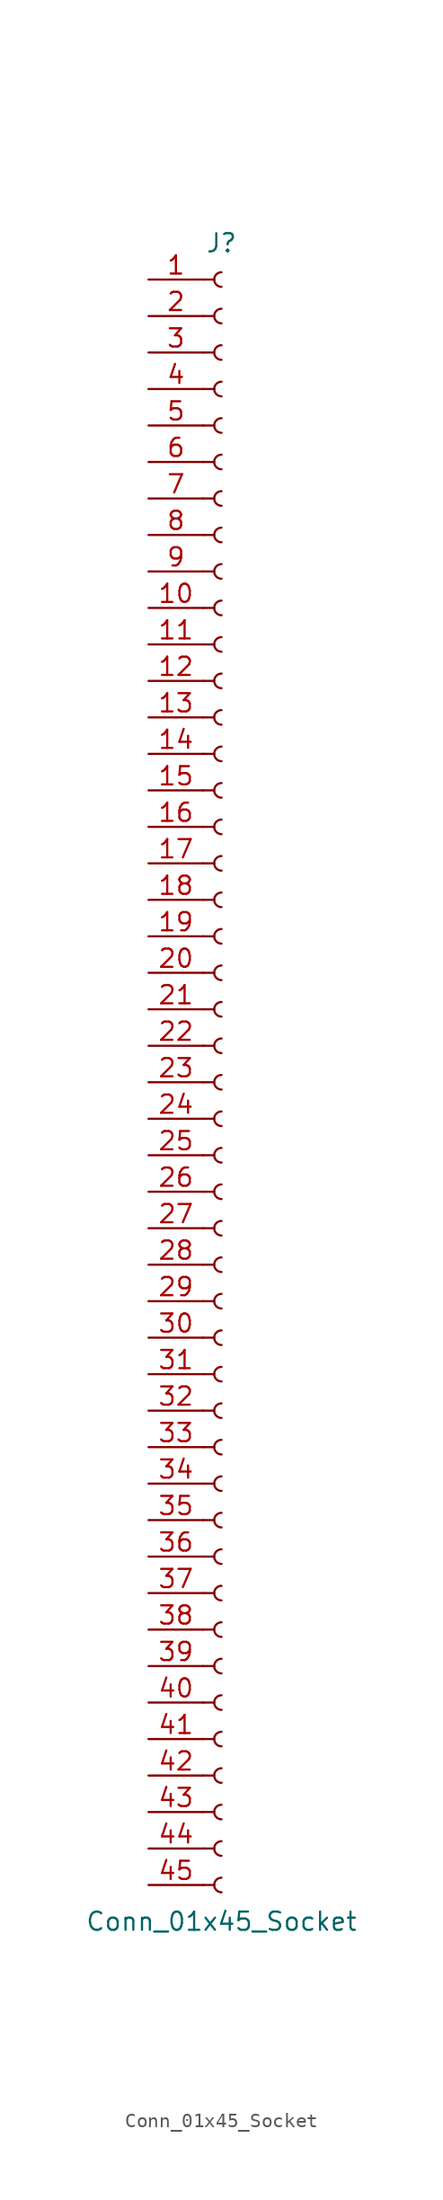
<source format=kicad_sym>
(kicad_symbol_lib
  (version 20241209)
  (generator "kicad_symbol_editor")
  (generator_version "9.0")
  (symbol "Conn_01x45_Socket"
    (pin_names
      (offset 1.016)
      (hide yes))
    (property "Reference" "J"
      (at 0 58.42 0)
      (effects (font (size 1.27 1.27))))
    (property "Value" "Conn_01x45_Socket"
      (at 0 -58.42 0)
      (effects (font (size 1.27 1.27))))
    (property "ki_locked" ""
      (at 0 0 0)
      (effects (font (size 1.27 1.27))))
    (symbol "Conn_01x45_Socket_1_1"
      (polyline (pts (xy -1.27 55.88) (xy -0.508 55.88)) (stroke (width 0.152) (type default)) (fill (type none)))
      (polyline (pts (xy -1.27 53.34) (xy -0.508 53.34)) (stroke (width 0.152) (type default)) (fill (type none)))
      (polyline (pts (xy -1.27 50.8) (xy -0.508 50.8)) (stroke (width 0.152) (type default)) (fill (type none)))
      (polyline (pts (xy -1.27 48.26) (xy -0.508 48.26)) (stroke (width 0.152) (type default)) (fill (type none)))
      (polyline (pts (xy -1.27 45.72) (xy -0.508 45.72)) (stroke (width 0.152) (type default)) (fill (type none)))
      (polyline (pts (xy -1.27 43.18) (xy -0.508 43.18)) (stroke (width 0.152) (type default)) (fill (type none)))
      (polyline (pts (xy -1.27 40.64) (xy -0.508 40.64)) (stroke (width 0.152) (type default)) (fill (type none)))
      (polyline (pts (xy -1.27 38.1) (xy -0.508 38.1)) (stroke (width 0.152) (type default)) (fill (type none)))
      (polyline (pts (xy -1.27 35.56) (xy -0.508 35.56)) (stroke (width 0.152) (type default)) (fill (type none)))
      (polyline (pts (xy -1.27 33.02) (xy -0.508 33.02)) (stroke (width 0.152) (type default)) (fill (type none)))
      (polyline (pts (xy -1.27 30.48) (xy -0.508 30.48)) (stroke (width 0.152) (type default)) (fill (type none)))
      (polyline (pts (xy -1.27 27.94) (xy -0.508 27.94)) (stroke (width 0.152) (type default)) (fill (type none)))
      (polyline (pts (xy -1.27 25.4) (xy -0.508 25.4)) (stroke (width 0.152) (type default)) (fill (type none)))
      (polyline (pts (xy -1.27 22.86) (xy -0.508 22.86)) (stroke (width 0.152) (type default)) (fill (type none)))
      (polyline (pts (xy -1.27 20.32) (xy -0.508 20.32)) (stroke (width 0.152) (type default)) (fill (type none)))
      (polyline (pts (xy -1.27 17.78) (xy -0.508 17.78)) (stroke (width 0.152) (type default)) (fill (type none)))
      (polyline (pts (xy -1.27 15.24) (xy -0.508 15.24)) (stroke (width 0.152) (type default)) (fill (type none)))
      (polyline (pts (xy -1.27 12.7) (xy -0.508 12.7)) (stroke (width 0.152) (type default)) (fill (type none)))
      (polyline (pts (xy -1.27 10.16) (xy -0.508 10.16)) (stroke (width 0.152) (type default)) (fill (type none)))
      (polyline (pts (xy -1.27 7.62) (xy -0.508 7.62)) (stroke (width 0.152) (type default)) (fill (type none)))
      (polyline (pts (xy -1.27 5.08) (xy -0.508 5.08)) (stroke (width 0.152) (type default)) (fill (type none)))
      (polyline (pts (xy -1.27 2.54) (xy -0.508 2.54)) (stroke (width 0.152) (type default)) (fill (type none)))
      (polyline (pts (xy -1.27 0) (xy -0.508 0)) (stroke (width 0.152) (type default)) (fill (type none)))
      (polyline (pts (xy -1.27 -2.54) (xy -0.508 -2.54)) (stroke (width 0.152) (type default)) (fill (type none)))
      (polyline (pts (xy -1.27 -5.08) (xy -0.508 -5.08)) (stroke (width 0.152) (type default)) (fill (type none)))
      (polyline (pts (xy -1.27 -7.62) (xy -0.508 -7.62)) (stroke (width 0.152) (type default)) (fill (type none)))
      (polyline (pts (xy -1.27 -10.16) (xy -0.508 -10.16)) (stroke (width 0.152) (type default)) (fill (type none)))
      (polyline (pts (xy -1.27 -12.7) (xy -0.508 -12.7)) (stroke (width 0.152) (type default)) (fill (type none)))
      (polyline (pts (xy -1.27 -15.24) (xy -0.508 -15.24)) (stroke (width 0.152) (type default)) (fill (type none)))
      (polyline (pts (xy -1.27 -17.78) (xy -0.508 -17.78)) (stroke (width 0.152) (type default)) (fill (type none)))
      (polyline (pts (xy -1.27 -20.32) (xy -0.508 -20.32)) (stroke (width 0.152) (type default)) (fill (type none)))
      (polyline (pts (xy -1.27 -22.86) (xy -0.508 -22.86)) (stroke (width 0.152) (type default)) (fill (type none)))
      (polyline (pts (xy -1.27 -25.4) (xy -0.508 -25.4)) (stroke (width 0.152) (type default)) (fill (type none)))
      (polyline (pts (xy -1.27 -27.94) (xy -0.508 -27.94)) (stroke (width 0.152) (type default)) (fill (type none)))
      (polyline (pts (xy -1.27 -30.48) (xy -0.508 -30.48)) (stroke (width 0.152) (type default)) (fill (type none)))
      (polyline (pts (xy -1.27 -33.02) (xy -0.508 -33.02)) (stroke (width 0.152) (type default)) (fill (type none)))
      (polyline (pts (xy -1.27 -35.56) (xy -0.508 -35.56)) (stroke (width 0.152) (type default)) (fill (type none)))
      (polyline (pts (xy -1.27 -38.1) (xy -0.508 -38.1)) (stroke (width 0.152) (type default)) (fill (type none)))
      (polyline (pts (xy -1.27 -40.64) (xy -0.508 -40.64)) (stroke (width 0.152) (type default)) (fill (type none)))
      (polyline (pts (xy -1.27 -43.18) (xy -0.508 -43.18)) (stroke (width 0.152) (type default)) (fill (type none)))
      (polyline (pts (xy -1.27 -45.72) (xy -0.508 -45.72)) (stroke (width 0.152) (type default)) (fill (type none)))
      (polyline (pts (xy -1.27 -48.26) (xy -0.508 -48.26)) (stroke (width 0.152) (type default)) (fill (type none)))
      (polyline (pts (xy -1.27 -50.8) (xy -0.508 -50.8)) (stroke (width 0.152) (type default)) (fill (type none)))
      (polyline (pts (xy -1.27 -53.34) (xy -0.508 -53.34)) (stroke (width 0.152) (type default)) (fill (type none)))
      (polyline (pts (xy -1.27 -55.88) (xy -0.508 -55.88)) (stroke (width 0.152) (type default)) (fill (type none)))
      (arc (start 0 55.372) (mid -0.5058 55.88) (end 0 56.388) (stroke (width 0.1524) (type default)) (fill (type none)))
      (arc (start 0 52.832) (mid -0.5058 53.34) (end 0 53.848) (stroke (width 0.1524) (type default)) (fill (type none)))
      (arc (start 0 50.292) (mid -0.5058 50.8) (end 0 51.308) (stroke (width 0.1524) (type default)) (fill (type none)))
      (arc (start 0 47.752) (mid -0.5058 48.26) (end 0 48.768) (stroke (width 0.1524) (type default)) (fill (type none)))
      (arc (start 0 45.212) (mid -0.5058 45.72) (end 0 46.228) (stroke (width 0.1524) (type default)) (fill (type none)))
      (arc (start 0 42.672) (mid -0.5058 43.18) (end 0 43.688) (stroke (width 0.1524) (type default)) (fill (type none)))
      (arc (start 0 40.132) (mid -0.5058 40.64) (end 0 41.148) (stroke (width 0.1524) (type default)) (fill (type none)))
      (arc (start 0 37.592) (mid -0.5058 38.1) (end 0 38.608) (stroke (width 0.1524) (type default)) (fill (type none)))
      (arc (start 0 35.052) (mid -0.5058 35.56) (end 0 36.068) (stroke (width 0.1524) (type default)) (fill (type none)))
      (arc (start 0 32.512) (mid -0.5058 33.02) (end 0 33.528) (stroke (width 0.1524) (type default)) (fill (type none)))
      (arc (start 0 29.972) (mid -0.5058 30.48) (end 0 30.988) (stroke (width 0.1524) (type default)) (fill (type none)))
      (arc (start 0 27.432) (mid -0.5058 27.94) (end 0 28.448) (stroke (width 0.1524) (type default)) (fill (type none)))
      (arc (start 0 24.892) (mid -0.5058 25.4) (end 0 25.908) (stroke (width 0.1524) (type default)) (fill (type none)))
      (arc (start 0 22.352) (mid -0.5058 22.86) (end 0 23.368) (stroke (width 0.1524) (type default)) (fill (type none)))
      (arc (start 0 19.812) (mid -0.5058 20.32) (end 0 20.828) (stroke (width 0.1524) (type default)) (fill (type none)))
      (arc (start 0 17.272) (mid -0.5058 17.78) (end 0 18.288) (stroke (width 0.1524) (type default)) (fill (type none)))
      (arc (start 0 14.732) (mid -0.5058 15.24) (end 0 15.748) (stroke (width 0.1524) (type default)) (fill (type none)))
      (arc (start 0 12.192) (mid -0.5058 12.7) (end 0 13.208) (stroke (width 0.1524) (type default)) (fill (type none)))
      (arc (start 0 9.652) (mid -0.5058 10.16) (end 0 10.668) (stroke (width 0.1524) (type default)) (fill (type none)))
      (arc (start 0 7.112) (mid -0.5058 7.62) (end 0 8.128) (stroke (width 0.1524) (type default)) (fill (type none)))
      (arc (start 0 4.572) (mid -0.5058 5.08) (end 0 5.588) (stroke (width 0.1524) (type default)) (fill (type none)))
      (arc (start 0 2.032) (mid -0.5058 2.54) (end 0 3.048) (stroke (width 0.1524) (type default)) (fill (type none)))
      (arc (start 0 -0.508) (mid -0.5058 0) (end 0 0.508) (stroke (width 0.1524) (type default)) (fill (type none)))
      (arc (start 0 -3.048) (mid -0.5058 -2.54) (end 0 -2.032) (stroke (width 0.1524) (type default)) (fill (type none)))
      (arc (start 0 -5.588) (mid -0.5058 -5.08) (end 0 -4.572) (stroke (width 0.1524) (type default)) (fill (type none)))
      (arc (start 0 -8.128) (mid -0.5058 -7.62) (end 0 -7.112) (stroke (width 0.1524) (type default)) (fill (type none)))
      (arc (start 0 -10.668) (mid -0.5058 -10.16) (end 0 -9.652) (stroke (width 0.1524) (type default)) (fill (type none)))
      (arc (start 0 -13.208) (mid -0.5058 -12.7) (end 0 -12.192) (stroke (width 0.1524) (type default)) (fill (type none)))
      (arc (start 0 -15.748) (mid -0.5058 -15.24) (end 0 -14.732) (stroke (width 0.1524) (type default)) (fill (type none)))
      (arc (start 0 -18.288) (mid -0.5058 -17.78) (end 0 -17.272) (stroke (width 0.1524) (type default)) (fill (type none)))
      (arc (start 0 -20.828) (mid -0.5058 -20.32) (end 0 -19.812) (stroke (width 0.1524) (type default)) (fill (type none)))
      (arc (start 0 -23.368) (mid -0.5058 -22.86) (end 0 -22.352) (stroke (width 0.1524) (type default)) (fill (type none)))
      (arc (start 0 -25.908) (mid -0.5058 -25.4) (end 0 -24.892) (stroke (width 0.1524) (type default)) (fill (type none)))
      (arc (start 0 -28.448) (mid -0.5058 -27.94) (end 0 -27.432) (stroke (width 0.1524) (type default)) (fill (type none)))
      (arc (start 0 -30.988) (mid -0.5058 -30.48) (end 0 -29.972) (stroke (width 0.1524) (type default)) (fill (type none)))
      (arc (start 0 -33.528) (mid -0.5058 -33.02) (end 0 -32.512) (stroke (width 0.1524) (type default)) (fill (type none)))
      (arc (start 0 -36.068) (mid -0.5058 -35.56) (end 0 -35.052) (stroke (width 0.1524) (type default)) (fill (type none)))
      (arc (start 0 -38.608) (mid -0.5058 -38.1) (end 0 -37.592) (stroke (width 0.1524) (type default)) (fill (type none)))
      (arc (start 0 -41.148) (mid -0.5058 -40.64) (end 0 -40.132) (stroke (width 0.1524) (type default)) (fill (type none)))
      (arc (start 0 -43.688) (mid -0.5058 -43.18) (end 0 -42.672) (stroke (width 0.1524) (type default)) (fill (type none)))
      (arc (start 0 -46.228) (mid -0.5058 -45.72) (end 0 -45.212) (stroke (width 0.1524) (type default)) (fill (type none)))
      (arc (start 0 -48.768) (mid -0.5058 -48.26) (end 0 -47.752) (stroke (width 0.1524) (type default)) (fill (type none)))
      (arc (start 0 -51.308) (mid -0.5058 -50.8) (end 0 -50.292) (stroke (width 0.1524) (type default)) (fill (type none)))
      (arc (start 0 -53.848) (mid -0.5058 -53.34) (end 0 -52.832) (stroke (width 0.1524) (type default)) (fill (type none)))
      (arc (start 0 -56.388) (mid -0.5058 -55.88) (end 0 -55.372) (stroke (width 0.1524) (type default)) (fill (type none)))
      (pin passive line (at -5.08 55.88 0) (length 3.81) (name "Pin_1" (effects (font (size 1.27 1.27)))) (number "1" (effects (font (size 1.27 1.27)))))
      (pin passive line (at -5.08 53.34 0) (length 3.81) (name "Pin_2" (effects (font (size 1.27 1.27)))) (number "2" (effects (font (size 1.27 1.27)))))
      (pin passive line (at -5.08 50.8 0) (length 3.81) (name "Pin_3" (effects (font (size 1.27 1.27)))) (number "3" (effects (font (size 1.27 1.27)))))
      (pin passive line (at -5.08 48.26 0) (length 3.81) (name "Pin_4" (effects (font (size 1.27 1.27)))) (number "4" (effects (font (size 1.27 1.27)))))
      (pin passive line (at -5.08 45.72 0) (length 3.81) (name "Pin_5" (effects (font (size 1.27 1.27)))) (number "5" (effects (font (size 1.27 1.27)))))
      (pin passive line (at -5.08 43.18 0) (length 3.81) (name "Pin_6" (effects (font (size 1.27 1.27)))) (number "6" (effects (font (size 1.27 1.27)))))
      (pin passive line (at -5.08 40.64 0) (length 3.81) (name "Pin_7" (effects (font (size 1.27 1.27)))) (number "7" (effects (font (size 1.27 1.27)))))
      (pin passive line (at -5.08 38.1 0) (length 3.81) (name "Pin_8" (effects (font (size 1.27 1.27)))) (number "8" (effects (font (size 1.27 1.27)))))
      (pin passive line (at -5.08 35.56 0) (length 3.81) (name "Pin_9" (effects (font (size 1.27 1.27)))) (number "9" (effects (font (size 1.27 1.27)))))
      (pin passive line (at -5.08 33.02 0) (length 3.81) (name "Pin_10" (effects (font (size 1.27 1.27)))) (number "10" (effects (font (size 1.27 1.27)))))
      (pin passive line (at -5.08 30.48 0) (length 3.81) (name "Pin_11" (effects (font (size 1.27 1.27)))) (number "11" (effects (font (size 1.27 1.27)))))
      (pin passive line (at -5.08 27.94 0) (length 3.81) (name "Pin_12" (effects (font (size 1.27 1.27)))) (number "12" (effects (font (size 1.27 1.27)))))
      (pin passive line (at -5.08 25.4 0) (length 3.81) (name "Pin_13" (effects (font (size 1.27 1.27)))) (number "13" (effects (font (size 1.27 1.27)))))
      (pin passive line (at -5.08 22.86 0) (length 3.81) (name "Pin_14" (effects (font (size 1.27 1.27)))) (number "14" (effects (font (size 1.27 1.27)))))
      (pin passive line (at -5.08 20.32 0) (length 3.81) (name "Pin_15" (effects (font (size 1.27 1.27)))) (number "15" (effects (font (size 1.27 1.27)))))
      (pin passive line (at -5.08 17.78 0) (length 3.81) (name "Pin_16" (effects (font (size 1.27 1.27)))) (number "16" (effects (font (size 1.27 1.27)))))
      (pin passive line (at -5.08 15.24 0) (length 3.81) (name "Pin_17" (effects (font (size 1.27 1.27)))) (number "17" (effects (font (size 1.27 1.27)))))
      (pin passive line (at -5.08 12.7 0) (length 3.81) (name "Pin_18" (effects (font (size 1.27 1.27)))) (number "18" (effects (font (size 1.27 1.27)))))
      (pin passive line (at -5.08 10.16 0) (length 3.81) (name "Pin_19" (effects (font (size 1.27 1.27)))) (number "19" (effects (font (size 1.27 1.27)))))
      (pin passive line (at -5.08 7.62 0) (length 3.81) (name "Pin_20" (effects (font (size 1.27 1.27)))) (number "20" (effects (font (size 1.27 1.27)))))
      (pin passive line (at -5.08 5.08 0) (length 3.81) (name "Pin_21" (effects (font (size 1.27 1.27)))) (number "21" (effects (font (size 1.27 1.27)))))
      (pin passive line (at -5.08 2.54 0) (length 3.81) (name "Pin_22" (effects (font (size 1.27 1.27)))) (number "22" (effects (font (size 1.27 1.27)))))
      (pin passive line (at -5.08 0 0) (length 3.81) (name "Pin_23" (effects (font (size 1.27 1.27)))) (number "23" (effects (font (size 1.27 1.27)))))
      (pin passive line (at -5.08 -2.54 0) (length 3.81) (name "Pin_24" (effects (font (size 1.27 1.27)))) (number "24" (effects (font (size 1.27 1.27)))))
      (pin passive line (at -5.08 -5.08 0) (length 3.81) (name "Pin_25" (effects (font (size 1.27 1.27)))) (number "25" (effects (font (size 1.27 1.27)))))
      (pin passive line (at -5.08 -7.62 0) (length 3.81) (name "Pin_26" (effects (font (size 1.27 1.27)))) (number "26" (effects (font (size 1.27 1.27)))))
      (pin passive line (at -5.08 -10.16 0) (length 3.81) (name "Pin_27" (effects (font (size 1.27 1.27)))) (number "27" (effects (font (size 1.27 1.27)))))
      (pin passive line (at -5.08 -12.7 0) (length 3.81) (name "Pin_28" (effects (font (size 1.27 1.27)))) (number "28" (effects (font (size 1.27 1.27)))))
      (pin passive line (at -5.08 -15.24 0) (length 3.81) (name "Pin_29" (effects (font (size 1.27 1.27)))) (number "29" (effects (font (size 1.27 1.27)))))
      (pin passive line (at -5.08 -17.78 0) (length 3.81) (name "Pin_30" (effects (font (size 1.27 1.27)))) (number "30" (effects (font (size 1.27 1.27)))))
      (pin passive line (at -5.08 -20.32 0) (length 3.81) (name "Pin_31" (effects (font (size 1.27 1.27)))) (number "31" (effects (font (size 1.27 1.27)))))
      (pin passive line (at -5.08 -22.86 0) (length 3.81) (name "Pin_32" (effects (font (size 1.27 1.27)))) (number "32" (effects (font (size 1.27 1.27)))))
      (pin passive line (at -5.08 -25.4 0) (length 3.81) (name "Pin_33" (effects (font (size 1.27 1.27)))) (number "33" (effects (font (size 1.27 1.27)))))
      (pin passive line (at -5.08 -27.94 0) (length 3.81) (name "Pin_34" (effects (font (size 1.27 1.27)))) (number "34" (effects (font (size 1.27 1.27)))))
      (pin passive line (at -5.08 -30.48 0) (length 3.81) (name "Pin_35" (effects (font (size 1.27 1.27)))) (number "35" (effects (font (size 1.27 1.27)))))
      (pin passive line (at -5.08 -33.02 0) (length 3.81) (name "Pin_36" (effects (font (size 1.27 1.27)))) (number "36" (effects (font (size 1.27 1.27)))))
      (pin passive line (at -5.08 -35.56 0) (length 3.81) (name "Pin_37" (effects (font (size 1.27 1.27)))) (number "37" (effects (font (size 1.27 1.27)))))
      (pin passive line (at -5.08 -38.1 0) (length 3.81) (name "Pin_38" (effects (font (size 1.27 1.27)))) (number "38" (effects (font (size 1.27 1.27)))))
      (pin passive line (at -5.08 -40.64 0) (length 3.81) (name "Pin_39" (effects (font (size 1.27 1.27)))) (number "39" (effects (font (size 1.27 1.27)))))
      (pin passive line (at -5.08 -43.18 0) (length 3.81) (name "Pin_40" (effects (font (size 1.27 1.27)))) (number "40" (effects (font (size 1.27 1.27)))))
      (pin passive line (at -5.08 -45.72 0) (length 3.81) (name "Pin_41" (effects (font (size 1.27 1.27)))) (number "41" (effects (font (size 1.27 1.27)))))
      (pin passive line (at -5.08 -48.26 0) (length 3.81) (name "Pin_42" (effects (font (size 1.27 1.27)))) (number "42" (effects (font (size 1.27 1.27)))))
      (pin passive line (at -5.08 -50.8 0) (length 3.81) (name "Pin_43" (effects (font (size 1.27 1.27)))) (number "43" (effects (font (size 1.27 1.27)))))
      (pin passive line (at -5.08 -53.34 0) (length 3.81) (name "Pin_44" (effects (font (size 1.27 1.27)))) (number "44" (effects (font (size 1.27 1.27)))))
      (pin passive line (at -5.08 -55.88 0) (length 3.81) (name "Pin_45" (effects (font (size 1.27 1.27)))) (number "45" (effects (font (size 1.27 1.27))))))))
</source>
